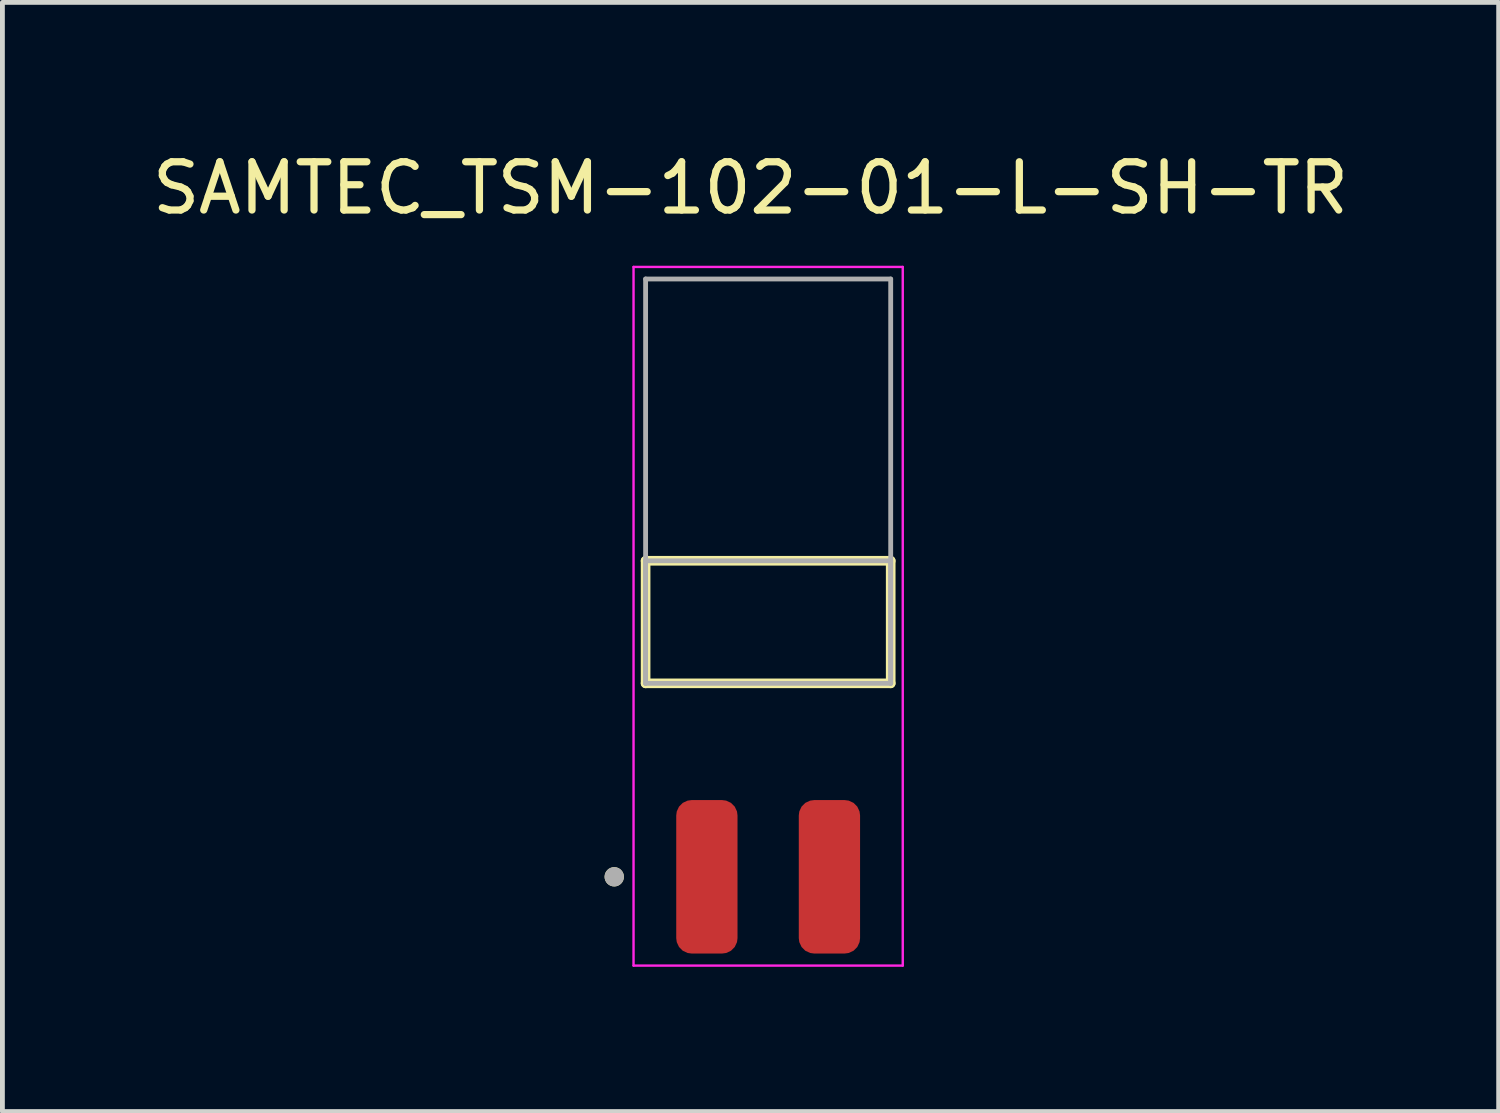
<source format=kicad_pcb>
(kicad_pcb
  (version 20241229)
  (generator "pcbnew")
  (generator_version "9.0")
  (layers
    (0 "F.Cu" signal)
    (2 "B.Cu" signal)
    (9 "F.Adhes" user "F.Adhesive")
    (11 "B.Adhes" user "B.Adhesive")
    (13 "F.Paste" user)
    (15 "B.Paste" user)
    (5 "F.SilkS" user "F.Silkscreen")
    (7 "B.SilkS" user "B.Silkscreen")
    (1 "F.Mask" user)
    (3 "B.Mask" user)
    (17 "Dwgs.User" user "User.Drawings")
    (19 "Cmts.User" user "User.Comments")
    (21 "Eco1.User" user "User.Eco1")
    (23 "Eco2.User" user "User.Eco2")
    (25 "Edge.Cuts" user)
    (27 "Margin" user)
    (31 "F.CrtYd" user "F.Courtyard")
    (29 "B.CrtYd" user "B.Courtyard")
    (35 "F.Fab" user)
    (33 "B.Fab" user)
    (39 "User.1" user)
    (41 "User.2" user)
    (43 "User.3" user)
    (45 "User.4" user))
  (footprint "SAMTEC_TSM-102-01-L-SH-TR"
    (layer "F.Cu")
    (at 12.871 9.843)
    (property "Reference" "SAMTEC_TSM-102-01-L-SH-TR" (at -0.365 -8.995 0) (layer "F.SilkS") (effects (font (size 1 1) (thickness 0.15))))
    (attr through_hole)
    (fp_line (start -2.54 1.27) (end -2.54 -1.27) (stroke (width 0.2) (type solid)) (layer "F.SilkS"))
    (fp_line (start 2.54 -1.27) (end -2.54 -1.27) (stroke (width 0.2) (type solid)) (layer "F.SilkS"))
    (fp_line (start 2.54 -1.27) (end 2.54 1.27) (stroke (width 0.2) (type solid)) (layer "F.SilkS"))
    (fp_line (start 2.54 1.27) (end -2.54 1.27) (stroke (width 0.2) (type solid)) (layer "F.SilkS"))
    (fp_circle (center -3.19 5.28) (end -3.09 5.28) (stroke (width 0.2) (type solid)) (fill no) (layer "F.SilkS"))
    (fp_line (start -2.79 -7.36) (end 2.79 -7.36) (stroke (width 0.05) (type solid)) (layer "F.CrtYd"))
    (fp_line (start -2.79 7.12) (end -2.79 -7.36) (stroke (width 0.05) (type solid)) (layer "F.CrtYd"))
    (fp_line (start 2.79 -7.36) (end 2.79 7.12) (stroke (width 0.05) (type solid)) (layer "F.CrtYd"))
    (fp_line (start 2.79 7.12) (end -2.79 7.12) (stroke (width 0.05) (type solid)) (layer "F.CrtYd"))
    (fp_line (start -2.54 -7.11) (end 2.54 -7.11) (stroke (width 0.1) (type solid)) (layer "F.Fab"))
    (fp_line (start -2.54 -1.27) (end 2.54 -1.27) (stroke (width 0.1) (type solid)) (layer "F.Fab"))
    (fp_line (start -2.54 1.27) (end -2.54 -7.11) (stroke (width 0.1) (type solid)) (layer "F.Fab"))
    (fp_line (start -2.54 1.27) (end -2.54 -1.27) (stroke (width 0.1) (type solid)) (layer "F.Fab"))
    (fp_line (start 2.54 -7.11) (end 2.54 1.27) (stroke (width 0.1) (type solid)) (layer "F.Fab"))
    (fp_line (start 2.54 -1.27) (end 2.54 1.27) (stroke (width 0.1) (type solid)) (layer "F.Fab"))
    (fp_line (start 2.54 1.27) (end -2.54 1.27) (stroke (width 0.1) (type solid)) (layer "F.Fab"))
    (fp_circle (center -3.19 5.28) (end -3.09 5.28) (stroke (width 0.2) (type solid)) (fill no) (layer "F.Fab"))
    (pad "01" smd roundrect (at -1.27 5.28) (size 1.27 3.18) (layers "F.Cu" "F.Mask" "F.Paste") (roundrect_rratio 0.25))
    (pad "02" smd roundrect (at 1.27 5.28) (size 1.27 3.18) (layers "F.Cu" "F.Mask" "F.Paste") (roundrect_rratio 0.25)))
  (gr_rect
    (start -3 -3)
    (end 28.012 19.988)
    (stroke (width 0.1) (type default))
    (fill no)
    (layer "Edge.Cuts")))
</source>
